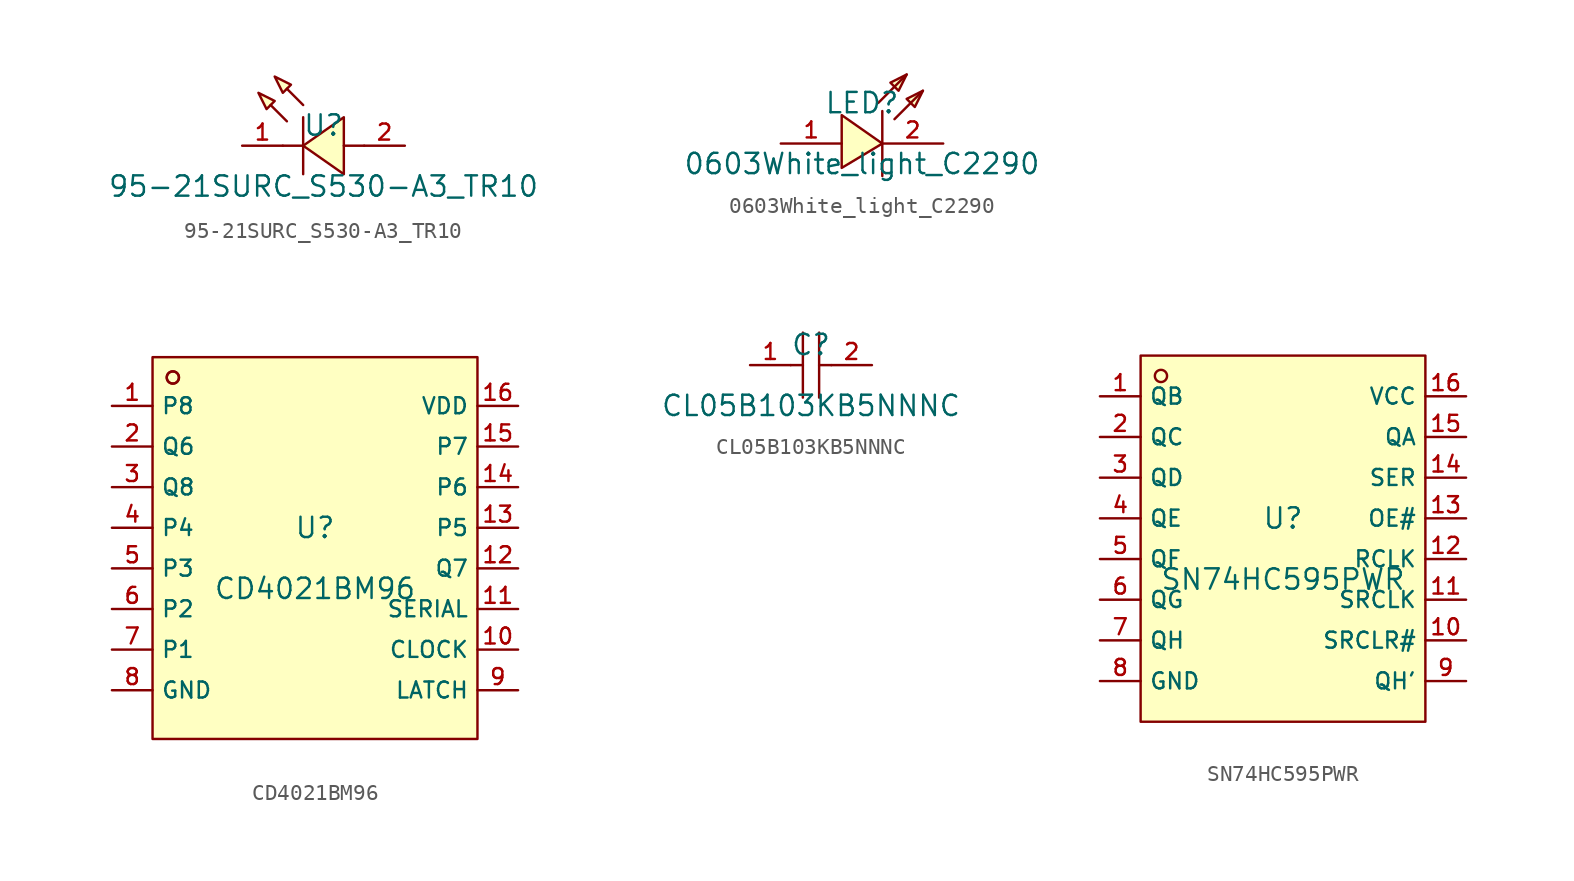
<source format=kicad_sym>
(kicad_symbol_lib
  (version 20210201)
  (generator TousstNicolas/JLC2KiCad_lib)
  (symbol "95-21SURC_S530-A3_TR10"
    (pin_names hide)
    (property "Reference" "U"
      (at 0 1.27 0)
      (effects (font (size 1.27 1.27))))
    (property "Value" "95-21SURC_S530-A3_TR10"
      (at 0 -2.54 0)
      (effects (font (size 1.27 1.27))))
    (symbol "95-21SURC_S530-A3_TR10_0_1"
      (pin unspecified line (at 5.08 -0.0 180) (length 2.54) (name "A" (effects (font (size 1 1)))) (number "2" (effects (font (size 1 1)))))
      (pin unspecified line (at -5.08 -0.0 0) (length 2.54) (name "K" (effects (font (size 1 1)))) (number "1" (effects (font (size 1 1)))))
      (polyline (pts (xy 1.27 1.778) (xy -1.27 -0.0) (xy 1.27 -1.778) (xy 1.27 1.778)) (stroke (width 0) (type default) (color 0 0 0 0)) (fill (type background)))
      (polyline (pts (xy -1.27 1.778) (xy -1.27 -1.778)) (stroke (width 0) (type default) (color 0 0 0 0)) (fill (type none)))
      (polyline (pts (xy 2.54 -0.0) (xy 1.27 -0.0)) (stroke (width 0) (type default) (color 0 0 0 0)) (fill (type none)))
      (polyline (pts (xy -1.27 -0.0) (xy -2.54 -0.0)) (stroke (width 0) (type default) (color 0 0 0 0)) (fill (type none)))
      (polyline (pts (xy -1.27 2.54) (xy -2.286 3.556)) (stroke (width 0) (type default) (color 0 0 0 0)) (fill (type none)))
      (polyline (pts (xy -2.286 1.524) (xy -3.302 2.54)) (stroke (width 0) (type default) (color 0 0 0 0)) (fill (type none)))
      (polyline (pts (xy -3.048 4.318) (xy -2.032 3.81) (xy -2.54 3.302) (xy -3.048 4.318)) (stroke (width 0) (type default) (color 0 0 0 0)) (fill (type background)))
      (polyline (pts (xy -4.064 3.302) (xy -3.048 2.794) (xy -3.556 2.286) (xy -4.064 3.302)) (stroke (width 0) (type default) (color 0 0 0 0)) (fill (type background)))))
  (symbol "0603White_light_C2290"
    (pin_names hide)
    (property "Reference" "LED"
      (at 0 1.27 0)
      (effects (font (size 1.27 1.27))))
    (property "Value" "0603White_light_C2290"
      (at 0 -2.54 0)
      (effects (font (size 1.27 1.27))))
    (symbol "0603White_light_C2290_0_1"
      (polyline (pts (xy 3.81 2.032) (xy 2.794 1.524) (xy 3.302 1.016) (xy 3.81 2.032)) (stroke (width 0) (type default) (color 0 0 0 0)) (fill (type background)))
      (polyline (pts (xy 2.794 3.048) (xy 1.778 2.54) (xy 2.286 2.032) (xy 2.794 3.048)) (stroke (width 0) (type default) (color 0 0 0 0)) (fill (type background)))
      (pin unspecified line (at 5.08 -1.27 180) (length 3.81) (name "K" (effects (font (size 1 1)))) (number "2" (effects (font (size 1 1)))))
      (polyline (pts (xy 2.032 0.254) (xy 3.81 2.032)) (stroke (width 0) (type default) (color 0 0 0 0)) (fill (type none)))
      (polyline (pts (xy 1.016 1.27) (xy 2.794 3.048)) (stroke (width 0) (type default) (color 0 0 0 0)) (fill (type none)))
      (pin unspecified line (at -5.08 -1.27 0) (length 3.81) (name "A" (effects (font (size 1 1)))) (number "1" (effects (font (size 1 1)))))
      (polyline (pts (xy 1.27 0.762) (xy 1.27 -3.302)) (stroke (width 0) (type default) (color 0 0 0 0)) (fill (type none)))
      (polyline (pts (xy -1.27 -2.794) (xy 1.27 -1.27) (xy -1.27 0.508) (xy -1.27 -2.794)) (stroke (width 0) (type default) (color 0 0 0 0)) (fill (type background)))))
  (symbol "CD4021BM96"
    (property "Reference" "U"
      (at 0 1.27 0)
      (effects (font (size 1.27 1.27))))
    (property "Value" "CD4021BM96"
      (at 0 -2.54 0)
      (effects (font (size 1.27 1.27))))
    (symbol "CD4021BM96_0_1"
      (circle (center -8.89 10.668) (radius 0.381) (stroke (width 0) (type default) (color 0 0 0 0)) (fill (type background)))
      (rectangle (start -10.16 11.938) (end 10.16 -11.938) (stroke (width 0) (type default) (color 0 0 0 0)) (fill (type background)))
      (circle (center -8.89 10.668) (radius 0.381) (stroke (width 0) (type default) (color 0 0 0 0)) (fill (type background)))
      (pin unspecified line (at -12.7 8.89 0) (length 2.54) (name "P8" (effects (font (size 1 1)))) (number "1" (effects (font (size 1 1)))))
      (pin unspecified line (at -12.7 6.35 0) (length 2.54) (name "Q6" (effects (font (size 1 1)))) (number "2" (effects (font (size 1 1)))))
      (pin unspecified line (at -12.7 3.81 0) (length 2.54) (name "Q8" (effects (font (size 1 1)))) (number "3" (effects (font (size 1 1)))))
      (pin unspecified line (at -12.7 1.27 0) (length 2.54) (name "P4" (effects (font (size 1 1)))) (number "4" (effects (font (size 1 1)))))
      (pin unspecified line (at -12.7 -1.27 0) (length 2.54) (name "P3" (effects (font (size 1 1)))) (number "5" (effects (font (size 1 1)))))
      (pin unspecified line (at -12.7 -3.81 0) (length 2.54) (name "P2" (effects (font (size 1 1)))) (number "6" (effects (font (size 1 1)))))
      (pin unspecified line (at -12.7 -6.35 0) (length 2.54) (name "P1" (effects (font (size 1 1)))) (number "7" (effects (font (size 1 1)))))
      (pin unspecified line (at -12.7 -8.89 0) (length 2.54) (name "GND" (effects (font (size 1 1)))) (number "8" (effects (font (size 1 1)))))
      (pin unspecified line (at 12.7 -8.89 180) (length 2.54) (name "LATCH" (effects (font (size 1 1)))) (number "9" (effects (font (size 1 1)))))
      (pin unspecified line (at 12.7 -6.35 180) (length 2.54) (name "CLOCK" (effects (font (size 1 1)))) (number "10" (effects (font (size 1 1)))))
      (pin unspecified line (at 12.7 -3.81 180) (length 2.54) (name "SERIAL" (effects (font (size 1 1)))) (number "11" (effects (font (size 1 1)))))
      (pin unspecified line (at 12.7 -1.27 180) (length 2.54) (name "Q7" (effects (font (size 1 1)))) (number "12" (effects (font (size 1 1)))))
      (pin unspecified line (at 12.7 1.27 180) (length 2.54) (name "P5" (effects (font (size 1 1)))) (number "13" (effects (font (size 1 1)))))
      (pin unspecified line (at 12.7 3.81 180) (length 2.54) (name "P6" (effects (font (size 1 1)))) (number "14" (effects (font (size 1 1)))))
      (pin unspecified line (at 12.7 6.35 180) (length 2.54) (name "P7" (effects (font (size 1 1)))) (number "15" (effects (font (size 1 1)))))
      (pin unspecified line (at 12.7 8.89 180) (length 2.54) (name "VDD" (effects (font (size 1 1)))) (number "16" (effects (font (size 1 1)))))))
  (symbol "CL05B103KB5NNNC"
    (pin_names hide)
    (property "Reference" "C"
      (at 0 1.27 0)
      (effects (font (size 1.27 1.27))))
    (property "Value" "CL05B103KB5NNNC"
      (at 0 -2.54 0)
      (effects (font (size 1.27 1.27))))
    (symbol "CL05B103KB5NNNC_0_1"
      (polyline (pts (xy -0.508 2.032) (xy -0.508 -2.032)) (stroke (width 0) (type default) (color 0 0 0 0)) (fill (type none)))
      (polyline (pts (xy 0.508 2.032) (xy 0.508 -2.032)) (stroke (width 0) (type default) (color 0 0 0 0)) (fill (type none)))
      (pin input line (at -3.81 -0.0 0) (length 2.54) (name "1" (effects (font (size 1 1)))) (number "1" (effects (font (size 1 1)))))
      (pin input line (at 3.81 -0.0 180) (length 2.54) (name "2" (effects (font (size 1 1)))) (number "2" (effects (font (size 1 1)))))
      (polyline (pts (xy -1.27 -0.0) (xy -0.508 -0.0)) (stroke (width 0) (type default) (color 0 0 0 0)) (fill (type none)))
      (polyline (pts (xy 0.508 -0.0) (xy 1.27 -0.0)) (stroke (width 0) (type default) (color 0 0 0 0)) (fill (type none)))))
  (symbol "SN74HC595PWR"
    (property "Reference" "U"
      (at 0 1.27 0)
      (effects (font (size 1.27 1.27))))
    (property "Value" "SN74HC595PWR"
      (at 0 -2.54 0)
      (effects (font (size 1.27 1.27))))
    (symbol "SN74HC595PWR_0_1"
      (rectangle (start -8.89 11.43) (end 8.89 -11.43) (stroke (width 0) (type default) (color 0 0 0 0)) (fill (type background)))
      (circle (center -7.62 10.16) (radius 0.381) (stroke (width 0) (type default) (color 0 0 0 0)) (fill (type background)))
      (pin unspecified line (at -11.43 8.89 0) (length 2.54) (name "QB" (effects (font (size 1 1)))) (number "1" (effects (font (size 1 1)))))
      (pin unspecified line (at -11.43 6.35 0) (length 2.54) (name "QC" (effects (font (size 1 1)))) (number "2" (effects (font (size 1 1)))))
      (pin unspecified line (at -11.43 3.81 0) (length 2.54) (name "QD" (effects (font (size 1 1)))) (number "3" (effects (font (size 1 1)))))
      (pin unspecified line (at -11.43 1.27 0) (length 2.54) (name "QE" (effects (font (size 1 1)))) (number "4" (effects (font (size 1 1)))))
      (pin unspecified line (at -11.43 -1.27 0) (length 2.54) (name "QF" (effects (font (size 1 1)))) (number "5" (effects (font (size 1 1)))))
      (pin unspecified line (at -11.43 -3.81 0) (length 2.54) (name "QG" (effects (font (size 1 1)))) (number "6" (effects (font (size 1 1)))))
      (pin unspecified line (at -11.43 -6.35 0) (length 2.54) (name "QH" (effects (font (size 1 1)))) (number "7" (effects (font (size 1 1)))))
      (pin unspecified line (at -11.43 -8.89 0) (length 2.54) (name "GND" (effects (font (size 1 1)))) (number "8" (effects (font (size 1 1)))))
      (pin unspecified line (at 11.43 -8.89 180) (length 2.54) (name "QH'" (effects (font (size 1 1)))) (number "9" (effects (font (size 1 1)))))
      (pin unspecified line (at 11.43 -6.35 180) (length 2.54) (name "SRCLR#" (effects (font (size 1 1)))) (number "10" (effects (font (size 1 1)))))
      (pin unspecified line (at 11.43 -3.81 180) (length 2.54) (name "SRCLK" (effects (font (size 1 1)))) (number "11" (effects (font (size 1 1)))))
      (pin unspecified line (at 11.43 -1.27 180) (length 2.54) (name "RCLK" (effects (font (size 1 1)))) (number "12" (effects (font (size 1 1)))))
      (pin unspecified line (at 11.43 1.27 180) (length 2.54) (name "OE#" (effects (font (size 1 1)))) (number "13" (effects (font (size 1 1)))))
      (pin unspecified line (at 11.43 3.81 180) (length 2.54) (name "SER" (effects (font (size 1 1)))) (number "14" (effects (font (size 1 1)))))
      (pin unspecified line (at 11.43 6.35 180) (length 2.54) (name "QA" (effects (font (size 1 1)))) (number "15" (effects (font (size 1 1)))))
      (pin unspecified line (at 11.43 8.89 180) (length 2.54) (name "VCC" (effects (font (size 1 1)))) (number "16" (effects (font (size 1 1))))))))
</source>
